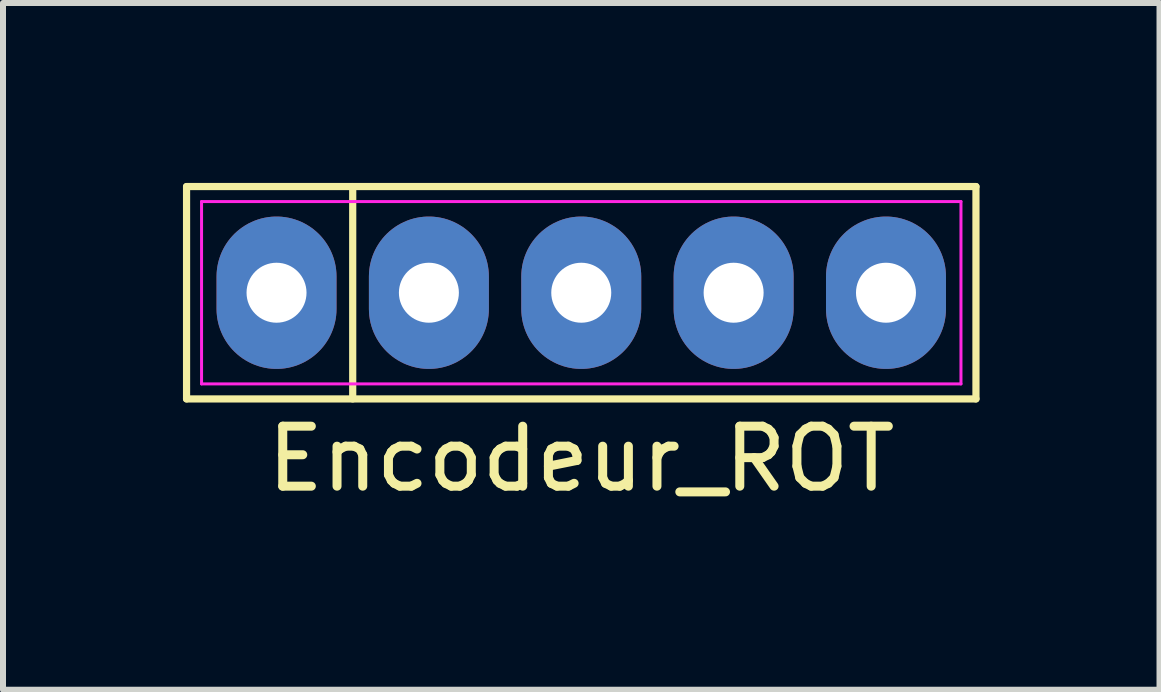
<source format=kicad_pcb>
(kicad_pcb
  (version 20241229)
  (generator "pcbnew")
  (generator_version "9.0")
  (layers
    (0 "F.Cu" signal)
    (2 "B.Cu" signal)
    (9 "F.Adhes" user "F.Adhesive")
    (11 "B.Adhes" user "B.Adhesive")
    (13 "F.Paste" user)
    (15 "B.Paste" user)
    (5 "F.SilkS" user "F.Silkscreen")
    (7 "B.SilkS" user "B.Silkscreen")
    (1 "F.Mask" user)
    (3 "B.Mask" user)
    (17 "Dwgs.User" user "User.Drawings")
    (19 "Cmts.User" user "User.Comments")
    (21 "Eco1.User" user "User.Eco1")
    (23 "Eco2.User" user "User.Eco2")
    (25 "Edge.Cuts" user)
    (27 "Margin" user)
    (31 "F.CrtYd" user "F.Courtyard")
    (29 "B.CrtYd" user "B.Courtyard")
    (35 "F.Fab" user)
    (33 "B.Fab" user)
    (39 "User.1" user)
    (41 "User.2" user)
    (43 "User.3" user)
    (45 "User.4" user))
  (footprint "Encodeur_ROT"
    (layer "F.Cu")
    (at 6.64 1.83)
    (property "Reference" "Encodeur_ROT" (at 0 2.77 0) (layer "F.SilkS") (effects (font (size 1 1) (thickness 0.15))))
    (fp_line (start -6.58 -1.77) (end 6.58 -1.77) (stroke (width 0.12) (type solid)) (layer "F.SilkS"))
    (fp_line (start -6.58 1.77) (end -6.58 -1.77) (stroke (width 0.12) (type solid)) (layer "F.SilkS"))
    (fp_line (start -3.81 -1.77) (end -3.81 1.77) (stroke (width 0.12) (type solid)) (layer "F.SilkS"))
    (fp_line (start 6.58 -1.77) (end 6.58 1.77) (stroke (width 0.12) (type solid)) (layer "F.SilkS"))
    (fp_line (start 6.58 1.77) (end -6.58 1.77) (stroke (width 0.12) (type solid)) (layer "F.SilkS"))
    (fp_line (start -6.33 -1.52) (end 6.33 -1.52) (stroke (width 0.05) (type solid)) (layer "F.CrtYd"))
    (fp_line (start -6.33 1.52) (end -6.33 -1.52) (stroke (width 0.05) (type solid)) (layer "F.CrtYd"))
    (fp_line (start 6.33 -1.52) (end 6.33 1.52) (stroke (width 0.05) (type solid)) (layer "F.CrtYd"))
    (fp_line (start 6.33 1.52) (end -6.33 1.52) (stroke (width 0.05) (type solid)) (layer "F.CrtYd"))
    (pad "1" thru_hole oval (at -5.08 0) (size 2 2.54) (drill 1) (layers "*.Cu" "*.Mask"))
    (pad "2" thru_hole oval (at -2.54 0) (size 2 2.54) (drill 1) (layers "*.Cu" "*.Mask"))
    (pad "3" thru_hole oval (at 0 0) (size 2 2.54) (drill 1) (layers "*.Cu" "*.Mask"))
    (pad "4" thru_hole oval (at 2.54 0) (size 2 2.54) (drill 1) (layers "*.Cu" "*.Mask"))
    (pad "5" thru_hole oval (at 5.08 0) (size 2 2.54) (drill 1) (layers "*.Cu" "*.Mask")))
  (gr_rect
    (start -3 -3)
    (end 16.28 8.448)
    (stroke (width 0.1) (type default))
    (fill no)
    (layer "Edge.Cuts")))
</source>
